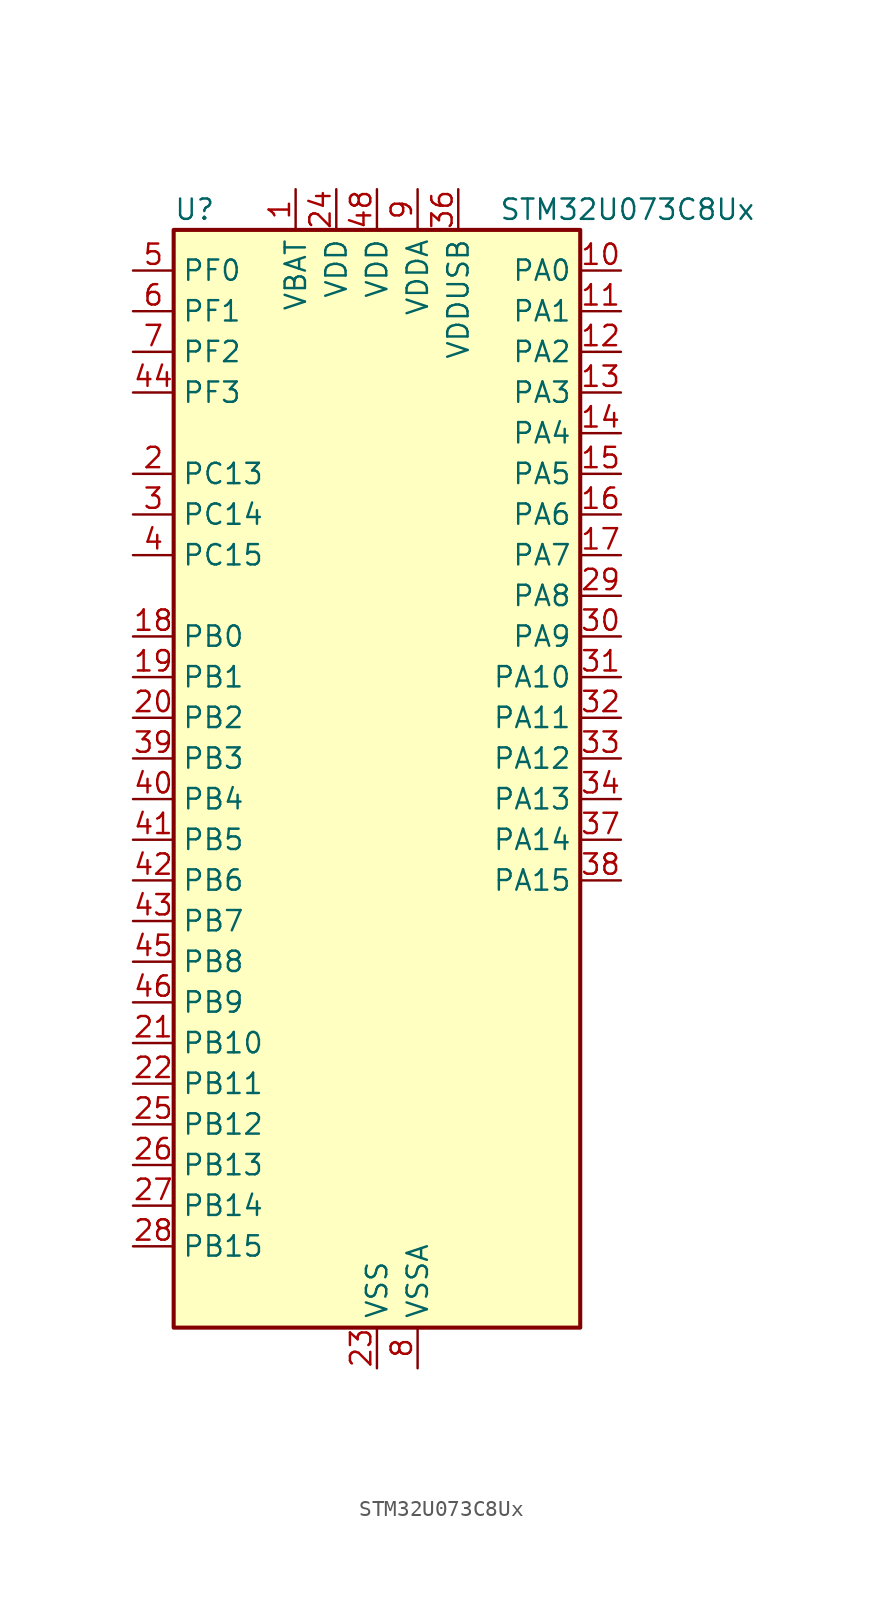
<source format=kicad_sym>
(kicad_symbol_lib
  (version 20231120)
  (generator "kicad_symbol_editor")
  (generator_version "8.99")
  (symbol "STM32U073C8Ux"
    (property "Reference" "U"
      (at -12.7 36.83 0)
      (effects (font (size 1.27 1.27)) (justify left)))
    (property "Value" "STM32U073C8Ux"
      (at 7.62 36.83 0)
      (effects (font (size 1.27 1.27)) (justify left)))
    (property "ki_locked" ""
      (at 0 0 0)
      (effects (font (size 1.27 1.27))))
    (symbol "STM32U073C8Ux_0_1"
      (rectangle (start -12.7 -33.02) (end 12.7 35.56) (stroke (width 0.254) (type default)) (fill (type background))))
    (symbol "STM32U073C8Ux_1_1"
      (pin power_in line (at -5.08 38.1 270) (length 2.54) (name "VBAT" (effects (font (size 1.27 1.27)))) (number "1" (effects (font (size 1.27 1.27)))))
      (pin bidirectional line (at 15.24 33.02 180) (length 2.54) (name "PA0" (effects (font (size 1.27 1.27)))) (number "10" (effects (font (size 1.27 1.27)))) (alternate "ADC1_IN4" bidirectional line) (alternate "COMP1_INM" bidirectional line) (alternate "COMP1_OUT" bidirectional line) (alternate "LCD_SEG42" bidirectional line) (alternate "OPAMP1_VINP" bidirectional line) (alternate "PWR_WKUP1" bidirectional line) (alternate "TAMP_IN2" bidirectional line) (alternate "TIM2_CH1" bidirectional line) (alternate "TIM2_ETR" bidirectional line) (alternate "USART2_CTS" bidirectional line) (alternate "USART4_TX" bidirectional line))
      (pin bidirectional line (at 15.24 30.48 180) (length 2.54) (name "PA1" (effects (font (size 1.27 1.27)))) (number "11" (effects (font (size 1.27 1.27)))) (alternate "ADC1_IN5" bidirectional line) (alternate "COMP1_INP" bidirectional line) (alternate "LCD_SEG0" bidirectional line) (alternate "LPTIM1_CH2" bidirectional line) (alternate "OPAMP1_VINM" bidirectional line) (alternate "PWR_WKUP3" bidirectional line) (alternate "SPI1_SCK" bidirectional line) (alternate "SPI2_SCK" bidirectional line) (alternate "TAMP_IN5" bidirectional line) (alternate "TIM15_CH1N" bidirectional line) (alternate "TIM2_CH2" bidirectional line) (alternate "USART2_DE" bidirectional line) (alternate "USART2_RTS" bidirectional line) (alternate "USART4_RX" bidirectional line))
      (pin bidirectional line (at 15.24 27.94 180) (length 2.54) (name "PA2" (effects (font (size 1.27 1.27)))) (number "12" (effects (font (size 1.27 1.27)))) (alternate "ADC1_IN6" bidirectional line) (alternate "COMP2_INM" bidirectional line) (alternate "COMP2_OUT" bidirectional line) (alternate "LCD_SEG1" bidirectional line) (alternate "LPUART1_TX" bidirectional line) (alternate "PWR_WKUP4" bidirectional line) (alternate "RCC_LSCO" bidirectional line) (alternate "TIM15_CH1" bidirectional line) (alternate "TIM2_CH3" bidirectional line) (alternate "USART2_TX" bidirectional line))
      (pin bidirectional line (at 15.24 25.4 180) (length 2.54) (name "PA3" (effects (font (size 1.27 1.27)))) (number "13" (effects (font (size 1.27 1.27)))) (alternate "ADC1_IN7" bidirectional line) (alternate "COMP2_INP" bidirectional line) (alternate "LCD_SEG2" bidirectional line) (alternate "LPUART1_RX" bidirectional line) (alternate "OPAMP1_VOUT" bidirectional line) (alternate "TIM15_CH2" bidirectional line) (alternate "TIM2_CH4" bidirectional line) (alternate "USART2_RX" bidirectional line))
      (pin bidirectional line (at 15.24 22.86 180) (length 2.54) (name "PA4" (effects (font (size 1.27 1.27)))) (number "14" (effects (font (size 1.27 1.27)))) (alternate "ADC1_IN8" bidirectional line) (alternate "COMP1_INM" bidirectional line) (alternate "COMP2_INM" bidirectional line) (alternate "DAC1_OUT1" bidirectional line) (alternate "LCD_SEG43" bidirectional line) (alternate "LPTIM2_CH1" bidirectional line) (alternate "LPUART3_TX" bidirectional line) (alternate "SPI1_NSS" bidirectional line) (alternate "SPI3_NSS" bidirectional line) (alternate "USART2_CK" bidirectional line))
      (pin bidirectional line (at 15.24 20.32 180) (length 2.54) (name "PA5" (effects (font (size 1.27 1.27)))) (number "15" (effects (font (size 1.27 1.27)))) (alternate "ADC1_IN9" bidirectional line) (alternate "COMP1_INM" bidirectional line) (alternate "COMP2_INM" bidirectional line) (alternate "LCD_SEG44" bidirectional line) (alternate "LPTIM2_ETR" bidirectional line) (alternate "LPUART3_RX" bidirectional line) (alternate "SPI1_SCK" bidirectional line) (alternate "TIM2_CH1" bidirectional line) (alternate "TIM2_ETR" bidirectional line) (alternate "USART3_TX" bidirectional line))
      (pin bidirectional line (at 15.24 17.78 180) (length 2.54) (name "PA6" (effects (font (size 1.27 1.27)))) (number "16" (effects (font (size 1.27 1.27)))) (alternate "ADC1_IN10" bidirectional line) (alternate "COMP1_OUT" bidirectional line) (alternate "I2C2_SDA" bidirectional line) (alternate "I2C3_SDA" bidirectional line) (alternate "LCD_SEG3" bidirectional line) (alternate "LPUART1_CTS" bidirectional line) (alternate "SPI1_MISO" bidirectional line) (alternate "TIM16_CH1" bidirectional line) (alternate "TIM1_BKIN" bidirectional line) (alternate "TIM3_CH1" bidirectional line) (alternate "TSC_G5_IO1" bidirectional line) (alternate "USART3_CTS" bidirectional line))
      (pin bidirectional line (at 15.24 15.24 180) (length 2.54) (name "PA7" (effects (font (size 1.27 1.27)))) (number "17" (effects (font (size 1.27 1.27)))) (alternate "ADC1_IN14" bidirectional line) (alternate "COMP2_OUT" bidirectional line) (alternate "I2C2_SCL" bidirectional line) (alternate "I2C3_SCL" bidirectional line) (alternate "LCD_SEG4" bidirectional line) (alternate "LPTIM2_CH2" bidirectional line) (alternate "SPI1_MOSI" bidirectional line) (alternate "TIM1_CH1N" bidirectional line) (alternate "TIM3_CH2" bidirectional line) (alternate "USART3_RX" bidirectional line))
      (pin bidirectional line (at -15.24 10.16 0) (length 2.54) (name "PB0" (effects (font (size 1.27 1.27)))) (number "18" (effects (font (size 1.27 1.27)))) (alternate "ADC1_IN17" bidirectional line) (alternate "COMP1_OUT" bidirectional line) (alternate "LCD_SEG5" bidirectional line) (alternate "LPTIM3_CH1" bidirectional line) (alternate "LPUART2_CTS" bidirectional line) (alternate "SPI1_NSS" bidirectional line) (alternate "TIM1_CH2N" bidirectional line) (alternate "TIM3_CH3" bidirectional line) (alternate "TSC_G5_IO2" bidirectional line) (alternate "USART3_CK" bidirectional line))
      (pin bidirectional line (at -15.24 7.62 0) (length 2.54) (name "PB1" (effects (font (size 1.27 1.27)))) (number "19" (effects (font (size 1.27 1.27)))) (alternate "ADC1_IN18" bidirectional line) (alternate "COMP1_INM" bidirectional line) (alternate "LCD_SEG6" bidirectional line) (alternate "LPTIM2_IN1" bidirectional line) (alternate "LPTIM3_CH2" bidirectional line) (alternate "LPUART1_DE" bidirectional line) (alternate "LPUART1_RTS" bidirectional line) (alternate "LPUART2_DE" bidirectional line) (alternate "LPUART2_RTS" bidirectional line) (alternate "TIM1_CH3N" bidirectional line) (alternate "TIM3_CH4" bidirectional line) (alternate "TSC_SYNC" bidirectional line) (alternate "USART3_DE" bidirectional line) (alternate "USART3_RTS" bidirectional line))
      (pin bidirectional line (at -15.24 20.32 0) (length 2.54) (name "PC13" (effects (font (size 1.27 1.27)))) (number "2" (effects (font (size 1.27 1.27)))) (alternate "LPTIM1_CH3" bidirectional line) (alternate "LPTIM3_CH3" bidirectional line) (alternate "PWR_WKUP2" bidirectional line) (alternate "RTC_OUT1" bidirectional line) (alternate "RTC_TS" bidirectional line) (alternate "TAMP_IN1" bidirectional line))
      (pin bidirectional line (at -15.24 5.08 0) (length 2.54) (name "PB2" (effects (font (size 1.27 1.27)))) (number "20" (effects (font (size 1.27 1.27)))) (alternate "COMP1_INP" bidirectional line) (alternate "LPTIM1_CH1" bidirectional line) (alternate "RTC_OUT2" bidirectional line))
      (pin bidirectional line (at -15.24 -15.24 0) (length 2.54) (name "PB10" (effects (font (size 1.27 1.27)))) (number "21" (effects (font (size 1.27 1.27)))) (alternate "COMP1_OUT" bidirectional line) (alternate "I2C2_SCL" bidirectional line) (alternate "I2C4_SCL" bidirectional line) (alternate "LCD_SEG10" bidirectional line) (alternate "LPTIM3_CH1" bidirectional line) (alternate "LPUART1_RX" bidirectional line) (alternate "LPUART2_RX" bidirectional line) (alternate "SPI2_SCK" bidirectional line) (alternate "TIM2_CH3" bidirectional line) (alternate "TSC_G5_IO3" bidirectional line) (alternate "USART3_TX" bidirectional line))
      (pin bidirectional line (at -15.24 -17.78 0) (length 2.54) (name "PB11" (effects (font (size 1.27 1.27)))) (number "22" (effects (font (size 1.27 1.27)))) (alternate "ADC1_EXTI11" bidirectional line) (alternate "COMP2_OUT" bidirectional line) (alternate "I2C2_SDA" bidirectional line) (alternate "I2C4_SDA" bidirectional line) (alternate "LCD_SEG11" bidirectional line) (alternate "LPUART1_TX" bidirectional line) (alternate "LPUART2_TX" bidirectional line) (alternate "TIM2_CH4" bidirectional line) (alternate "TSC_G5_IO4" bidirectional line) (alternate "USART3_RX" bidirectional line))
      (pin power_in line (at 0 -35.56 90) (length 2.54) (name "VSS" (effects (font (size 1.27 1.27)))) (number "23" (effects (font (size 1.27 1.27)))))
      (pin power_in line (at -2.54 38.1 270) (length 2.54) (name "VDD" (effects (font (size 1.27 1.27)))) (number "24" (effects (font (size 1.27 1.27)))))
      (pin bidirectional line (at -15.24 -20.32 0) (length 2.54) (name "PB12" (effects (font (size 1.27 1.27)))) (number "25" (effects (font (size 1.27 1.27)))) (alternate "LCD_SEG12" bidirectional line) (alternate "LPUART1_DE" bidirectional line) (alternate "LPUART1_RTS" bidirectional line) (alternate "SPI2_NSS" bidirectional line) (alternate "TIM15_BKIN" bidirectional line) (alternate "TIM1_BKIN" bidirectional line) (alternate "TSC_G1_IO1" bidirectional line) (alternate "USART3_CK" bidirectional line))
      (pin bidirectional line (at -15.24 -22.86 0) (length 2.54) (name "PB13" (effects (font (size 1.27 1.27)))) (number "26" (effects (font (size 1.27 1.27)))) (alternate "I2C2_SCL" bidirectional line) (alternate "LCD_SEG13" bidirectional line) (alternate "LPTIM3_IN1" bidirectional line) (alternate "LPUART1_CTS" bidirectional line) (alternate "SPI2_SCK" bidirectional line) (alternate "TIM15_CH1N" bidirectional line) (alternate "TIM1_CH1N" bidirectional line) (alternate "TSC_G1_IO2" bidirectional line) (alternate "USART3_CTS" bidirectional line))
      (pin bidirectional line (at -15.24 -25.4 0) (length 2.54) (name "PB14" (effects (font (size 1.27 1.27)))) (number "27" (effects (font (size 1.27 1.27)))) (alternate "I2C2_SDA" bidirectional line) (alternate "LCD_SEG14" bidirectional line) (alternate "LPTIM3_ETR" bidirectional line) (alternate "SPI2_MISO" bidirectional line) (alternate "TIM15_CH1" bidirectional line) (alternate "TIM1_CH2N" bidirectional line) (alternate "TSC_G1_IO3" bidirectional line) (alternate "USART3_DE" bidirectional line) (alternate "USART3_RTS" bidirectional line))
      (pin bidirectional line (at -15.24 -27.94 0) (length 2.54) (name "PB15" (effects (font (size 1.27 1.27)))) (number "28" (effects (font (size 1.27 1.27)))) (alternate "LCD_SEG15" bidirectional line) (alternate "PWR_WKUP7" bidirectional line) (alternate "RTC_REFIN" bidirectional line) (alternate "SPI2_MOSI" bidirectional line) (alternate "TAMP_IN3" bidirectional line) (alternate "TIM15_CH2" bidirectional line) (alternate "TIM1_CH3N" bidirectional line) (alternate "TSC_G1_IO4" bidirectional line))
      (pin bidirectional line (at 15.24 12.7 180) (length 2.54) (name "PA8" (effects (font (size 1.27 1.27)))) (number "29" (effects (font (size 1.27 1.27)))) (alternate "LCD_COM0" bidirectional line) (alternate "LPTIM2_CH1" bidirectional line) (alternate "RCC_MCO" bidirectional line) (alternate "RCC_MCO2" bidirectional line) (alternate "TIM1_CH1" bidirectional line) (alternate "TSC_G7_IO1" bidirectional line) (alternate "USART1_CK" bidirectional line))
      (pin bidirectional line (at -15.24 17.78 0) (length 2.54) (name "PC14" (effects (font (size 1.27 1.27)))) (number "3" (effects (font (size 1.27 1.27)))) (alternate "RCC_OSC32_IN" bidirectional line))
      (pin bidirectional line (at 15.24 10.16 180) (length 2.54) (name "PA9" (effects (font (size 1.27 1.27)))) (number "30" (effects (font (size 1.27 1.27)))) (alternate "COMP1_INP" bidirectional line) (alternate "DAC1_EXTI9" bidirectional line) (alternate "I2C1_SCL" bidirectional line) (alternate "I2C2_SCL" bidirectional line) (alternate "LCD_COM1" bidirectional line) (alternate "RCC_MCO" bidirectional line) (alternate "TIM15_BKIN" bidirectional line) (alternate "TIM1_CH2" bidirectional line) (alternate "TSC_G7_IO2" bidirectional line) (alternate "USART1_TX" bidirectional line))
      (pin bidirectional line (at 15.24 7.62 180) (length 2.54) (name "PA10" (effects (font (size 1.27 1.27)))) (number "31" (effects (font (size 1.27 1.27)))) (alternate "CRS_SYNC" bidirectional line) (alternate "I2C1_SDA" bidirectional line) (alternate "I2C2_SDA" bidirectional line) (alternate "LCD_COM2" bidirectional line) (alternate "RCC_MCO2" bidirectional line) (alternate "SPI2_NSS" bidirectional line) (alternate "TIM1_CH3" bidirectional line) (alternate "TSC_G7_IO3" bidirectional line) (alternate "USART1_RX" bidirectional line))
      (pin bidirectional line (at 15.24 5.08 180) (length 2.54) (name "PA11" (effects (font (size 1.27 1.27)))) (number "32" (effects (font (size 1.27 1.27)))) (alternate "ADC1_EXTI11" bidirectional line) (alternate "COMP1_OUT" bidirectional line) (alternate "SPI1_MISO" bidirectional line) (alternate "SPI2_MISO" bidirectional line) (alternate "TIM1_BKIN2" bidirectional line) (alternate "TIM1_CH4" bidirectional line) (alternate "USART1_CTS" bidirectional line) (alternate "USB_DM" bidirectional line))
      (pin bidirectional line (at 15.24 2.54 180) (length 2.54) (name "PA12" (effects (font (size 1.27 1.27)))) (number "33" (effects (font (size 1.27 1.27)))) (alternate "SPI1_MOSI" bidirectional line) (alternate "SPI2_MOSI" bidirectional line) (alternate "TIM1_ETR" bidirectional line) (alternate "USART1_DE" bidirectional line) (alternate "USART1_RTS" bidirectional line) (alternate "USB_DP" bidirectional line))
      (pin bidirectional line (at 15.24 0 180) (length 2.54) (name "PA13" (effects (font (size 1.27 1.27)))) (number "34" (effects (font (size 1.27 1.27)))) (alternate "DEBUG_JTMS-SWDIO" bidirectional line) (alternate "IR_OUT" bidirectional line) (alternate "LCD_SEG40" bidirectional line) (alternate "TSC_G7_IO4" bidirectional line) (alternate "USB_NOE" bidirectional line))
      (pin passive line (at 0 -35.56 90) (length 2.54) hide (name "VSS" (effects (font (size 1.27 1.27)))) (number "35" (effects (font (size 1.27 1.27)))))
      (pin power_in line (at 5.08 38.1 270) (length 2.54) (name "VDDUSB" (effects (font (size 1.27 1.27)))) (number "36" (effects (font (size 1.27 1.27)))))
      (pin bidirectional line (at 15.24 -2.54 180) (length 2.54) (name "PA14" (effects (font (size 1.27 1.27)))) (number "37" (effects (font (size 1.27 1.27)))) (alternate "DEBUG_JTCK-SWCLK" bidirectional line) (alternate "LCD_SEG41" bidirectional line) (alternate "LPTIM1_CH1" bidirectional line) (alternate "TSC_G3_IO4" bidirectional line))
      (pin bidirectional line (at 15.24 -5.08 180) (length 2.54) (name "PA15" (effects (font (size 1.27 1.27)))) (number "38" (effects (font (size 1.27 1.27)))) (alternate "DEBUG_JTDI" bidirectional line) (alternate "LCD_SEG17" bidirectional line) (alternate "LPTIM3_CH3" bidirectional line) (alternate "LPTIM3_IN2" bidirectional line) (alternate "SPI1_NSS" bidirectional line) (alternate "SPI3_NSS" bidirectional line) (alternate "TIM2_CH1" bidirectional line) (alternate "TIM2_ETR" bidirectional line) (alternate "TSC_G3_IO1" bidirectional line) (alternate "USART2_RX" bidirectional line) (alternate "USART3_DE" bidirectional line) (alternate "USART3_RTS" bidirectional line) (alternate "USART4_DE" bidirectional line) (alternate "USART4_RTS" bidirectional line))
      (pin bidirectional line (at -15.24 2.54 0) (length 2.54) (name "PB3" (effects (font (size 1.27 1.27)))) (number "39" (effects (font (size 1.27 1.27)))) (alternate "COMP2_INM" bidirectional line) (alternate "DEBUG_JTDO-SWO" bidirectional line) (alternate "I2C2_SCL" bidirectional line) (alternate "I2C3_SCL" bidirectional line) (alternate "LCD_SEG7" bidirectional line) (alternate "LPTIM1_CH3" bidirectional line) (alternate "SPI1_SCK" bidirectional line) (alternate "SPI3_SCK" bidirectional line) (alternate "TIM2_CH2" bidirectional line) (alternate "USART1_DE" bidirectional line) (alternate "USART1_RTS" bidirectional line))
      (pin bidirectional line (at -15.24 15.24 0) (length 2.54) (name "PC15" (effects (font (size 1.27 1.27)))) (number "4" (effects (font (size 1.27 1.27)))) (alternate "RCC_OSC32_EN" bidirectional line) (alternate "RCC_OSC32_OUT" bidirectional line) (alternate "RCC_OSC_EN" bidirectional line))
      (pin bidirectional line (at -15.24 0 0) (length 2.54) (name "PB4" (effects (font (size 1.27 1.27)))) (number "40" (effects (font (size 1.27 1.27)))) (alternate "COMP2_INP" bidirectional line) (alternate "I2C2_SDA" bidirectional line) (alternate "I2C3_SDA" bidirectional line) (alternate "LCD_SEG8" bidirectional line) (alternate "LPTIM1_CH4" bidirectional line) (alternate "LPUART3_DE" bidirectional line) (alternate "LPUART3_RTS" bidirectional line) (alternate "SPI1_MISO" bidirectional line) (alternate "SPI3_MISO" bidirectional line) (alternate "TIM3_CH1" bidirectional line) (alternate "TSC_G2_IO1" bidirectional line) (alternate "USART1_CTS" bidirectional line))
      (pin bidirectional line (at -15.24 -2.54 0) (length 2.54) (name "PB5" (effects (font (size 1.27 1.27)))) (number "41" (effects (font (size 1.27 1.27)))) (alternate "COMP2_OUT" bidirectional line) (alternate "LCD_SEG9" bidirectional line) (alternate "LPTIM1_IN1" bidirectional line) (alternate "LPUART3_CTS" bidirectional line) (alternate "SPI1_MOSI" bidirectional line) (alternate "SPI3_MOSI" bidirectional line) (alternate "TIM16_BKIN" bidirectional line) (alternate "TIM3_CH2" bidirectional line) (alternate "TSC_G2_IO2" bidirectional line) (alternate "USART1_CK" bidirectional line))
      (pin bidirectional line (at -15.24 -5.08 0) (length 2.54) (name "PB6" (effects (font (size 1.27 1.27)))) (number "42" (effects (font (size 1.27 1.27)))) (alternate "COMP2_INP" bidirectional line) (alternate "I2C1_SCL" bidirectional line) (alternate "I2C2_SCL" bidirectional line) (alternate "I2C4_SCL" bidirectional line) (alternate "LPTIM1_ETR" bidirectional line) (alternate "LPUART2_TX" bidirectional line) (alternate "LPUART3_TX" bidirectional line) (alternate "TIM16_CH1N" bidirectional line) (alternate "TSC_G2_IO3" bidirectional line) (alternate "USART1_TX" bidirectional line))
      (pin bidirectional line (at -15.24 -7.62 0) (length 2.54) (name "PB7" (effects (font (size 1.27 1.27)))) (number "43" (effects (font (size 1.27 1.27)))) (alternate "COMP2_INM" bidirectional line) (alternate "I2C1_SDA" bidirectional line) (alternate "I2C2_SDA" bidirectional line) (alternate "I2C4_SDA" bidirectional line) (alternate "LCD_SEG21" bidirectional line) (alternate "LPTIM1_IN2" bidirectional line) (alternate "LPUART2_RX" bidirectional line) (alternate "LPUART3_RX" bidirectional line) (alternate "PWR_PVD_IN" bidirectional line) (alternate "TSC_G2_IO4" bidirectional line) (alternate "USART1_RX" bidirectional line) (alternate "USART4_CTS" bidirectional line))
      (pin bidirectional line (at -15.24 25.4 0) (length 2.54) (name "PF3" (effects (font (size 1.27 1.27)))) (number "44" (effects (font (size 1.27 1.27)))))
      (pin bidirectional line (at -15.24 -10.16 0) (length 2.54) (name "PB8" (effects (font (size 1.27 1.27)))) (number "45" (effects (font (size 1.27 1.27)))) (alternate "I2C1_SCL" bidirectional line) (alternate "I2C2_SCL" bidirectional line) (alternate "LCD_SEG16" bidirectional line) (alternate "LPTIM1_IN2" bidirectional line) (alternate "LPTIM3_IN2" bidirectional line) (alternate "TIM16_CH1" bidirectional line) (alternate "USART3_TX" bidirectional line))
      (pin bidirectional line (at -15.24 -12.7 0) (length 2.54) (name "PB9" (effects (font (size 1.27 1.27)))) (number "46" (effects (font (size 1.27 1.27)))) (alternate "DAC1_EXTI9" bidirectional line) (alternate "I2C1_SDA" bidirectional line) (alternate "I2C2_SDA" bidirectional line) (alternate "IR_OUT" bidirectional line) (alternate "LCD_COM3" bidirectional line) (alternate "LPTIM1_CH4" bidirectional line) (alternate "LPTIM3_CH4" bidirectional line) (alternate "SPI2_NSS" bidirectional line) (alternate "USART3_RX" bidirectional line))
      (pin passive line (at 0 -35.56 90) (length 2.54) hide (name "VSS" (effects (font (size 1.27 1.27)))) (number "47" (effects (font (size 1.27 1.27)))))
      (pin power_in line (at 0 38.1 270) (length 2.54) (name "VDD" (effects (font (size 1.27 1.27)))) (number "48" (effects (font (size 1.27 1.27)))))
      (pin passive line (at 0 -35.56 90) (length 2.54) hide (name "VSS" (effects (font (size 1.27 1.27)))) (number "49" (effects (font (size 1.27 1.27)))))
      (pin bidirectional line (at -15.24 33.02 0) (length 2.54) (name "PF0" (effects (font (size 1.27 1.27)))) (number "5" (effects (font (size 1.27 1.27)))) (alternate "RCC_OSC_IN" bidirectional line))
      (pin bidirectional line (at -15.24 30.48 0) (length 2.54) (name "PF1" (effects (font (size 1.27 1.27)))) (number "6" (effects (font (size 1.27 1.27)))) (alternate "RCC_OSC_EN" bidirectional line) (alternate "RCC_OSC_OUT" bidirectional line))
      (pin bidirectional line (at -15.24 27.94 0) (length 2.54) (name "PF2" (effects (font (size 1.27 1.27)))) (number "7" (effects (font (size 1.27 1.27)))) (alternate "RCC_MCO" bidirectional line))
      (pin power_in line (at 2.54 -35.56 90) (length 2.54) (name "VSSA" (effects (font (size 1.27 1.27)))) (number "8" (effects (font (size 1.27 1.27)))))
      (pin power_in line (at 2.54 38.1 270) (length 2.54) (name "VDDA" (effects (font (size 1.27 1.27)))) (number "9" (effects (font (size 1.27 1.27))))))))
</source>
